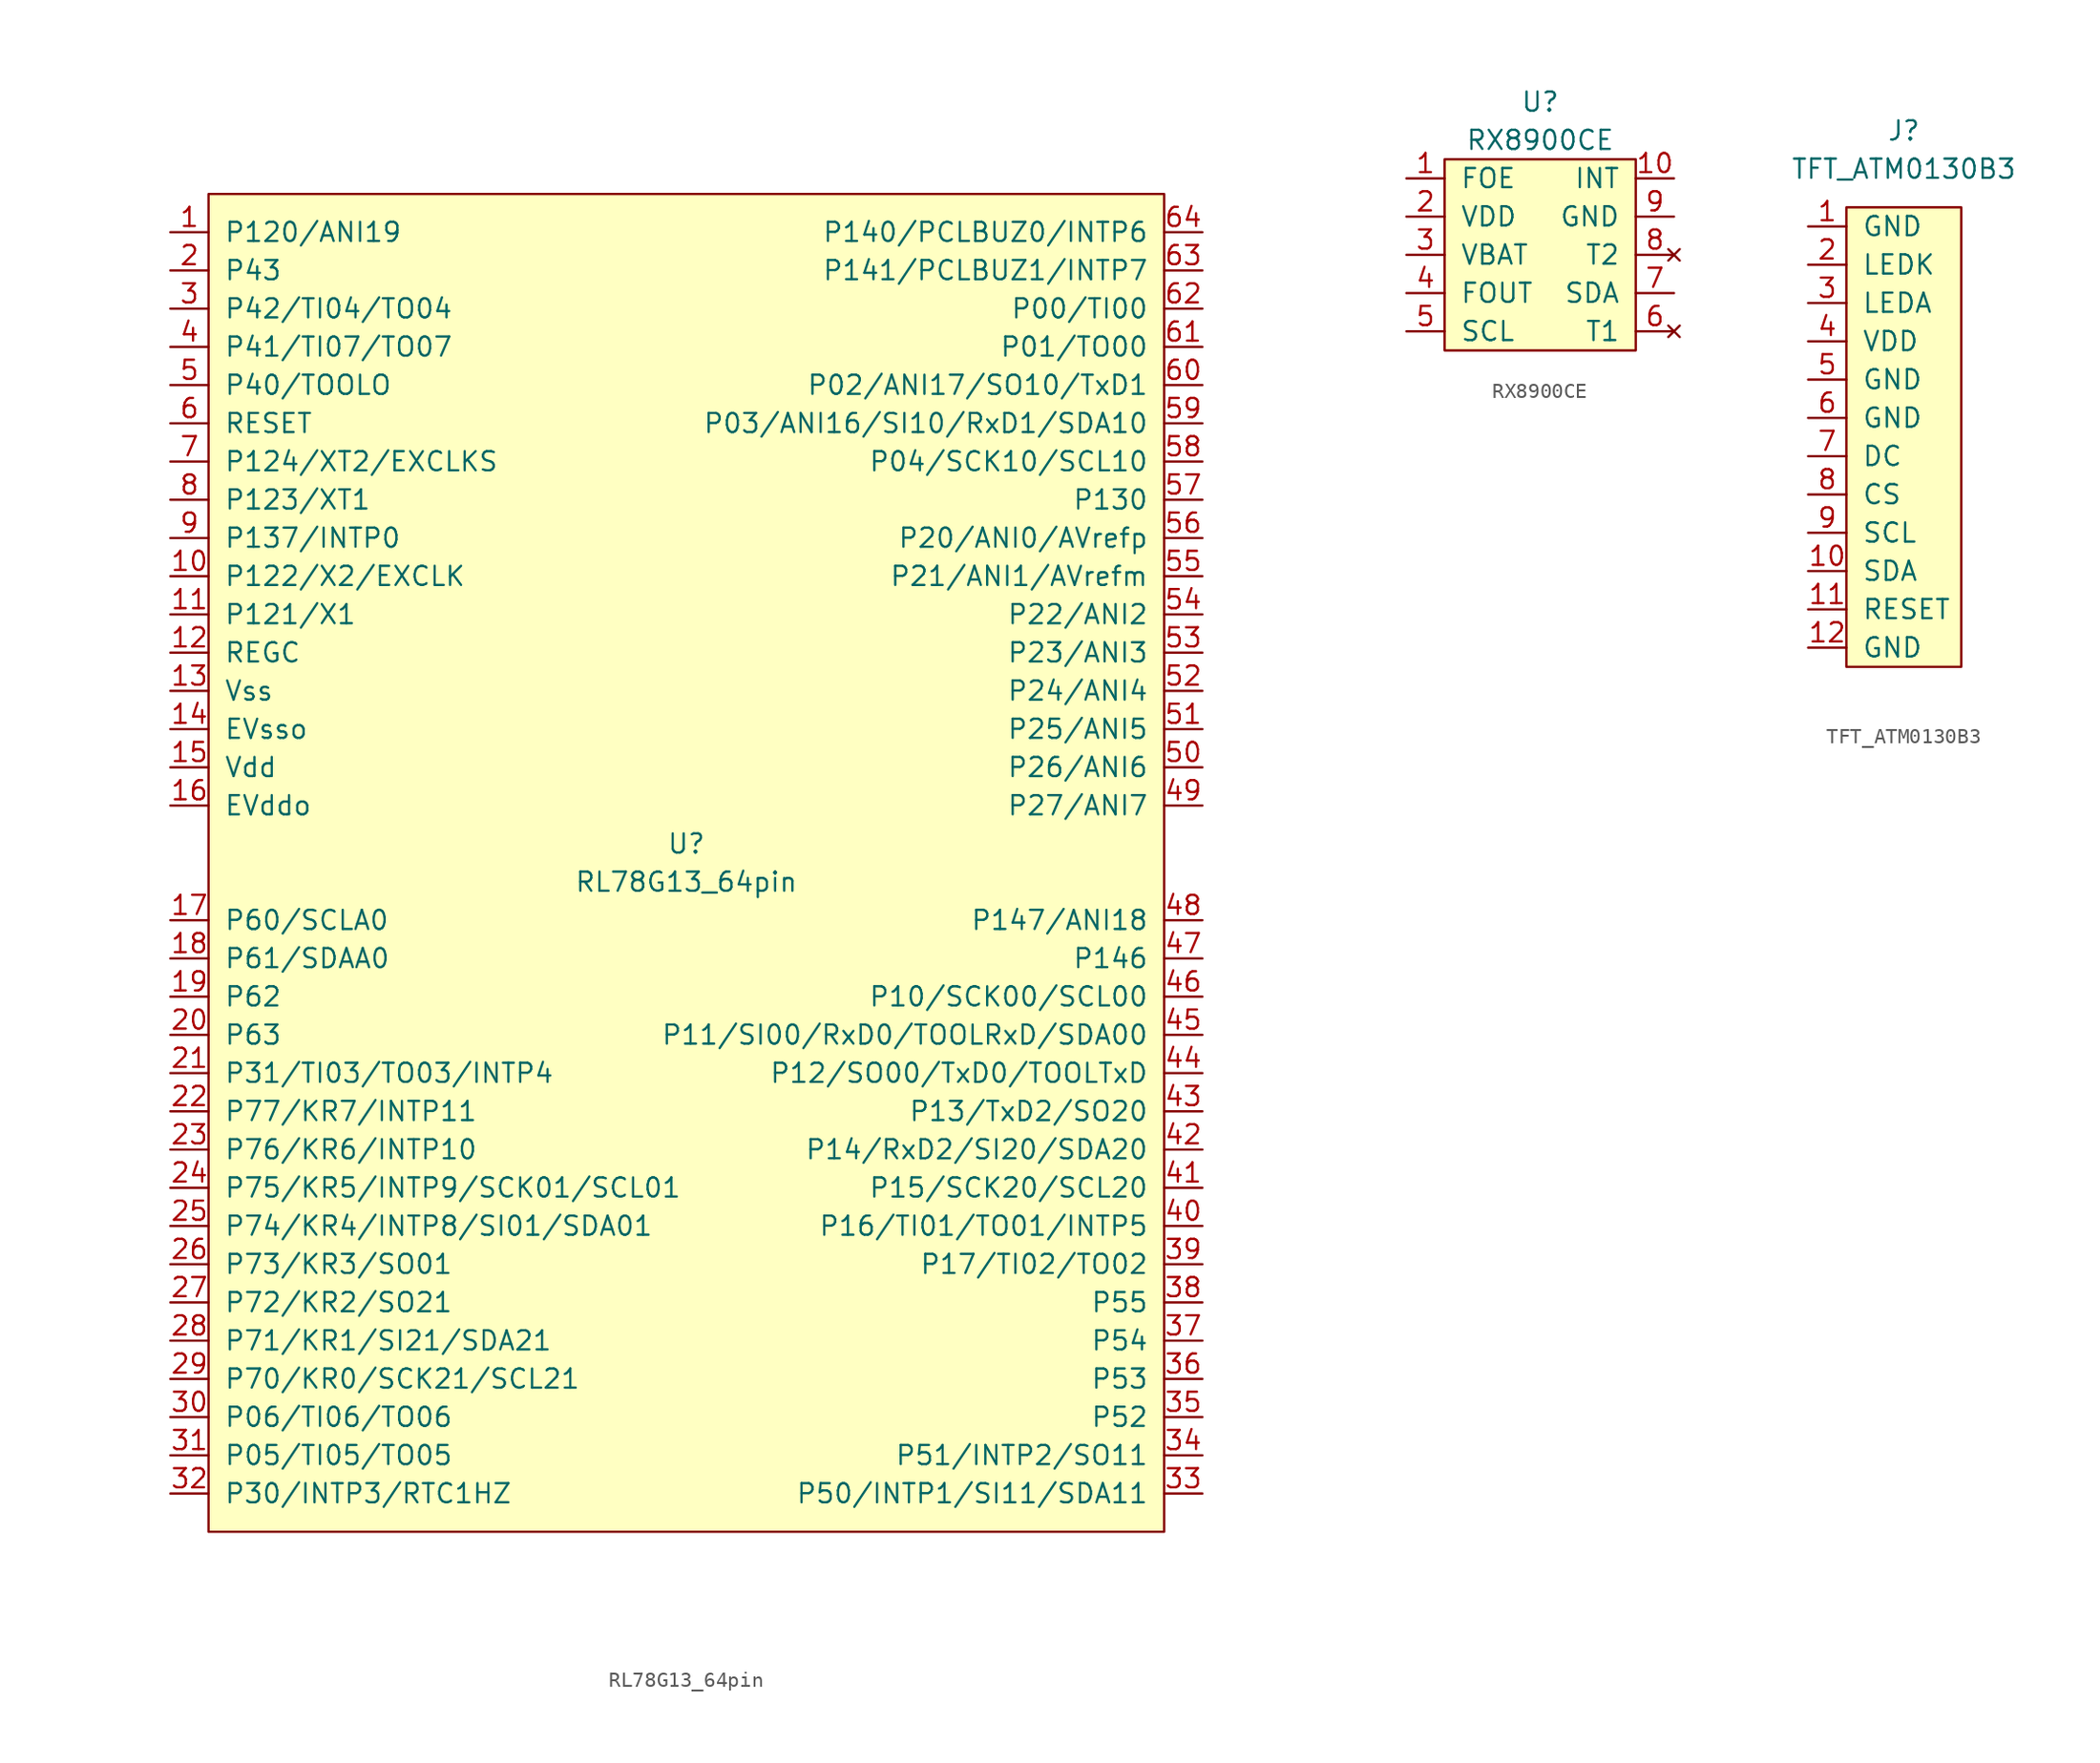
<source format=kicad_sym>
(kicad_symbol_lib
  (version 20211014)
  (generator kicad_symbol_editor)
  (symbol "RL78G13_64pin"
    (pin_names
      (offset 1.016))
    (property "Reference" "U"
      (at 0 1.27 0)
      (effects (font (size 1.27 1.27))))
    (property "Value" "RL78G13_64pin"
      (at 0 -1.27 0)
      (effects (font (size 1.27 1.27))))
    (symbol "RL78G13_64pin_0_0"
      (pin passive line (at -34.29 41.91 0) (length 2.54) (name "P120/ANI19" (effects (font (size 1.27 1.27)))) (number "1" (effects (font (size 1.27 1.27)))))
      (pin passive line (at -34.29 19.05 0) (length 2.54) (name "P122/X2/EXCLK" (effects (font (size 1.27 1.27)))) (number "10" (effects (font (size 1.27 1.27)))))
      (pin passive line (at -34.29 16.51 0) (length 2.54) (name "P121/X1" (effects (font (size 1.27 1.27)))) (number "11" (effects (font (size 1.27 1.27)))))
      (pin passive line (at -34.29 13.97 0) (length 2.54) (name "REGC" (effects (font (size 1.27 1.27)))) (number "12" (effects (font (size 1.27 1.27)))))
      (pin power_in line (at -34.29 11.43 0) (length 2.54) (name "Vss" (effects (font (size 1.27 1.27)))) (number "13" (effects (font (size 1.27 1.27)))))
      (pin power_in line (at -34.29 8.89 0) (length 2.54) (name "EVsso" (effects (font (size 1.27 1.27)))) (number "14" (effects (font (size 1.27 1.27)))))
      (pin power_in line (at -34.29 6.35 0) (length 2.54) (name "Vdd" (effects (font (size 1.27 1.27)))) (number "15" (effects (font (size 1.27 1.27)))))
      (pin power_in line (at -34.29 3.81 0) (length 2.54) (name "EVddo" (effects (font (size 1.27 1.27)))) (number "16" (effects (font (size 1.27 1.27)))))
      (pin passive line (at -34.29 -3.81 0) (length 2.54) (name "P60/SCLA0" (effects (font (size 1.27 1.27)))) (number "17" (effects (font (size 1.27 1.27)))))
      (pin passive line (at -34.29 -6.35 0) (length 2.54) (name "P61/SDAA0" (effects (font (size 1.27 1.27)))) (number "18" (effects (font (size 1.27 1.27)))))
      (pin passive line (at -34.29 -8.89 0) (length 2.54) (name "P62" (effects (font (size 1.27 1.27)))) (number "19" (effects (font (size 1.27 1.27)))))
      (pin passive line (at -34.29 39.37 0) (length 2.54) (name "P43" (effects (font (size 1.27 1.27)))) (number "2" (effects (font (size 1.27 1.27)))))
      (pin passive line (at -34.29 -11.43 0) (length 2.54) (name "P63" (effects (font (size 1.27 1.27)))) (number "20" (effects (font (size 1.27 1.27)))))
      (pin passive line (at -34.29 -13.97 0) (length 2.54) (name "P31/TI03/TO03/INTP4" (effects (font (size 1.27 1.27)))) (number "21" (effects (font (size 1.27 1.27)))))
      (pin passive line (at -34.29 -16.51 0) (length 2.54) (name "P77/KR7/INTP11" (effects (font (size 1.27 1.27)))) (number "22" (effects (font (size 1.27 1.27)))))
      (pin passive line (at -34.29 -19.05 0) (length 2.54) (name "P76/KR6/INTP10" (effects (font (size 1.27 1.27)))) (number "23" (effects (font (size 1.27 1.27)))))
      (pin passive line (at -34.29 -21.59 0) (length 2.54) (name "P75/KR5/INTP9/SCK01/SCL01" (effects (font (size 1.27 1.27)))) (number "24" (effects (font (size 1.27 1.27)))))
      (pin passive line (at -34.29 -24.13 0) (length 2.54) (name "P74/KR4/INTP8/SI01/SDA01" (effects (font (size 1.27 1.27)))) (number "25" (effects (font (size 1.27 1.27)))))
      (pin passive line (at -34.29 -26.67 0) (length 2.54) (name "P73/KR3/SO01" (effects (font (size 1.27 1.27)))) (number "26" (effects (font (size 1.27 1.27)))))
      (pin passive line (at -34.29 -29.21 0) (length 2.54) (name "P72/KR2/SO21" (effects (font (size 1.27 1.27)))) (number "27" (effects (font (size 1.27 1.27)))))
      (pin passive line (at -34.29 -31.75 0) (length 2.54) (name "P71/KR1/SI21/SDA21" (effects (font (size 1.27 1.27)))) (number "28" (effects (font (size 1.27 1.27)))))
      (pin passive line (at -34.29 -34.29 0) (length 2.54) (name "P70/KR0/SCK21/SCL21" (effects (font (size 1.27 1.27)))) (number "29" (effects (font (size 1.27 1.27)))))
      (pin passive line (at -34.29 36.83 0) (length 2.54) (name "P42/TI04/TO04" (effects (font (size 1.27 1.27)))) (number "3" (effects (font (size 1.27 1.27)))))
      (pin passive line (at -34.29 -36.83 0) (length 2.54) (name "P06/TI06/TO06" (effects (font (size 1.27 1.27)))) (number "30" (effects (font (size 1.27 1.27)))))
      (pin passive line (at -34.29 -39.37 0) (length 2.54) (name "P05/TI05/TO05" (effects (font (size 1.27 1.27)))) (number "31" (effects (font (size 1.27 1.27)))))
      (pin passive line (at -34.29 -41.91 0) (length 2.54) (name "P30/INTP3/RTC1HZ" (effects (font (size 1.27 1.27)))) (number "32" (effects (font (size 1.27 1.27)))))
      (pin passive line (at 34.29 -41.91 180) (length 2.54) (name "P50/INTP1/SI11/SDA11" (effects (font (size 1.27 1.27)))) (number "33" (effects (font (size 1.27 1.27)))))
      (pin passive line (at 34.29 -39.37 180) (length 2.54) (name "P51/INTP2/SO11" (effects (font (size 1.27 1.27)))) (number "34" (effects (font (size 1.27 1.27)))))
      (pin passive line (at 34.29 -36.83 180) (length 2.54) (name "P52" (effects (font (size 1.27 1.27)))) (number "35" (effects (font (size 1.27 1.27)))))
      (pin passive line (at 34.29 -34.29 180) (length 2.54) (name "P53" (effects (font (size 1.27 1.27)))) (number "36" (effects (font (size 1.27 1.27)))))
      (pin passive line (at 34.29 -31.75 180) (length 2.54) (name "P54" (effects (font (size 1.27 1.27)))) (number "37" (effects (font (size 1.27 1.27)))))
      (pin passive line (at 34.29 -29.21 180) (length 2.54) (name "P55" (effects (font (size 1.27 1.27)))) (number "38" (effects (font (size 1.27 1.27)))))
      (pin passive line (at 34.29 -26.67 180) (length 2.54) (name "P17/TI02/TO02" (effects (font (size 1.27 1.27)))) (number "39" (effects (font (size 1.27 1.27)))))
      (pin passive line (at -34.29 34.29 0) (length 2.54) (name "P41/TI07/TO07" (effects (font (size 1.27 1.27)))) (number "4" (effects (font (size 1.27 1.27)))))
      (pin passive line (at 34.29 -24.13 180) (length 2.54) (name "P16/TI01/TO01/INTP5" (effects (font (size 1.27 1.27)))) (number "40" (effects (font (size 1.27 1.27)))))
      (pin passive line (at 34.29 -21.59 180) (length 2.54) (name "P15/SCK20/SCL20" (effects (font (size 1.27 1.27)))) (number "41" (effects (font (size 1.27 1.27)))))
      (pin passive line (at 34.29 -19.05 180) (length 2.54) (name "P14/RxD2/SI20/SDA20" (effects (font (size 1.27 1.27)))) (number "42" (effects (font (size 1.27 1.27)))))
      (pin passive line (at 34.29 -16.51 180) (length 2.54) (name "P13/TxD2/SO20" (effects (font (size 1.27 1.27)))) (number "43" (effects (font (size 1.27 1.27)))))
      (pin passive line (at 34.29 -13.97 180) (length 2.54) (name "P12/SO00/TxD0/TOOLTxD" (effects (font (size 1.27 1.27)))) (number "44" (effects (font (size 1.27 1.27)))))
      (pin passive line (at 34.29 -11.43 180) (length 2.54) (name "P11/SI00/RxD0/TOOLRxD/SDA00" (effects (font (size 1.27 1.27)))) (number "45" (effects (font (size 1.27 1.27)))))
      (pin passive line (at 34.29 -8.89 180) (length 2.54) (name "P10/SCK00/SCL00" (effects (font (size 1.27 1.27)))) (number "46" (effects (font (size 1.27 1.27)))))
      (pin passive line (at 34.29 -6.35 180) (length 2.54) (name "P146" (effects (font (size 1.27 1.27)))) (number "47" (effects (font (size 1.27 1.27)))))
      (pin passive line (at 34.29 -3.81 180) (length 2.54) (name "P147/ANI18" (effects (font (size 1.27 1.27)))) (number "48" (effects (font (size 1.27 1.27)))))
      (pin passive line (at 34.29 3.81 180) (length 2.54) (name "P27/ANI7" (effects (font (size 1.27 1.27)))) (number "49" (effects (font (size 1.27 1.27)))))
      (pin passive line (at -34.29 31.75 0) (length 2.54) (name "P40/TOOLO" (effects (font (size 1.27 1.27)))) (number "5" (effects (font (size 1.27 1.27)))))
      (pin passive line (at 34.29 6.35 180) (length 2.54) (name "P26/ANI6" (effects (font (size 1.27 1.27)))) (number "50" (effects (font (size 1.27 1.27)))))
      (pin passive line (at 34.29 8.89 180) (length 2.54) (name "P25/ANI5" (effects (font (size 1.27 1.27)))) (number "51" (effects (font (size 1.27 1.27)))))
      (pin passive line (at 34.29 11.43 180) (length 2.54) (name "P24/ANI4" (effects (font (size 1.27 1.27)))) (number "52" (effects (font (size 1.27 1.27)))))
      (pin passive line (at 34.29 13.97 180) (length 2.54) (name "P23/ANI3" (effects (font (size 1.27 1.27)))) (number "53" (effects (font (size 1.27 1.27)))))
      (pin passive line (at 34.29 16.51 180) (length 2.54) (name "P22/ANI2" (effects (font (size 1.27 1.27)))) (number "54" (effects (font (size 1.27 1.27)))))
      (pin passive line (at 34.29 19.05 180) (length 2.54) (name "P21/ANI1/AVrefm" (effects (font (size 1.27 1.27)))) (number "55" (effects (font (size 1.27 1.27)))))
      (pin passive line (at 34.29 21.59 180) (length 2.54) (name "P20/ANI0/AVrefp" (effects (font (size 1.27 1.27)))) (number "56" (effects (font (size 1.27 1.27)))))
      (pin passive line (at 34.29 24.13 180) (length 2.54) (name "P130" (effects (font (size 1.27 1.27)))) (number "57" (effects (font (size 1.27 1.27)))))
      (pin passive line (at 34.29 26.67 180) (length 2.54) (name "P04/SCK10/SCL10" (effects (font (size 1.27 1.27)))) (number "58" (effects (font (size 1.27 1.27)))))
      (pin passive line (at 34.29 29.21 180) (length 2.54) (name "P03/ANI16/SI10/RxD1/SDA10" (effects (font (size 1.27 1.27)))) (number "59" (effects (font (size 1.27 1.27)))))
      (pin passive line (at -34.29 29.21 0) (length 2.54) (name "RESET" (effects (font (size 1.27 1.27)))) (number "6" (effects (font (size 1.27 1.27)))))
      (pin passive line (at 34.29 31.75 180) (length 2.54) (name "P02/ANI17/SO10/TxD1" (effects (font (size 1.27 1.27)))) (number "60" (effects (font (size 1.27 1.27)))))
      (pin passive line (at 34.29 34.29 180) (length 2.54) (name "P01/TO00" (effects (font (size 1.27 1.27)))) (number "61" (effects (font (size 1.27 1.27)))))
      (pin passive line (at 34.29 36.83 180) (length 2.54) (name "P00/TI00" (effects (font (size 1.27 1.27)))) (number "62" (effects (font (size 1.27 1.27)))))
      (pin passive line (at 34.29 39.37 180) (length 2.54) (name "P141/PCLBUZ1/INTP7" (effects (font (size 1.27 1.27)))) (number "63" (effects (font (size 1.27 1.27)))))
      (pin passive line (at 34.29 41.91 180) (length 2.54) (name "P140/PCLBUZ0/INTP6" (effects (font (size 1.27 1.27)))) (number "64" (effects (font (size 1.27 1.27)))))
      (pin passive line (at -34.29 26.67 0) (length 2.54) (name "P124/XT2/EXCLKS" (effects (font (size 1.27 1.27)))) (number "7" (effects (font (size 1.27 1.27)))))
      (pin passive line (at -34.29 24.13 0) (length 2.54) (name "P123/XT1" (effects (font (size 1.27 1.27)))) (number "8" (effects (font (size 1.27 1.27)))))
      (pin passive line (at -34.29 21.59 0) (length 2.54) (name "P137/INTP0" (effects (font (size 1.27 1.27)))) (number "9" (effects (font (size 1.27 1.27))))))
    (symbol "RL78G13_64pin_0_1"
      (rectangle (start -31.75 44.45) (end 31.75 -44.45) (stroke (width 0) (type default) (color 0 0 0 0)) (fill (type background)))))
  (symbol "RX8900CE"
    (pin_names
      (offset 1.016))
    (property "Reference" "U"
      (at 0 10.16 0)
      (effects (font (size 1.27 1.27))))
    (property "Value" "RX8900CE"
      (at 0 7.62 0)
      (effects (font (size 1.27 1.27))))
    (symbol "RX8900CE_0_0"
      (pin passive line (at -8.89 5.08 0) (length 2.54) (name "FOE" (effects (font (size 1.27 1.27)))) (number "1" (effects (font (size 1.27 1.27)))))
      (pin passive line (at 8.89 5.08 180) (length 2.54) (name "INT" (effects (font (size 1.27 1.27)))) (number "10" (effects (font (size 1.27 1.27)))))
      (pin power_in line (at -8.89 2.54 0) (length 2.54) (name "VDD" (effects (font (size 1.27 1.27)))) (number "2" (effects (font (size 1.27 1.27)))))
      (pin power_in line (at -8.89 0 0) (length 2.54) (name "VBAT" (effects (font (size 1.27 1.27)))) (number "3" (effects (font (size 1.27 1.27)))))
      (pin passive line (at -8.89 -2.54 0) (length 2.54) (name "FOUT" (effects (font (size 1.27 1.27)))) (number "4" (effects (font (size 1.27 1.27)))))
      (pin passive line (at -8.89 -5.08 0) (length 2.54) (name "SCL" (effects (font (size 1.27 1.27)))) (number "5" (effects (font (size 1.27 1.27)))))
      (pin no_connect line (at 8.89 -5.08 180) (length 2.54) (name "T1" (effects (font (size 1.27 1.27)))) (number "6" (effects (font (size 1.27 1.27)))))
      (pin passive line (at 8.89 -2.54 180) (length 2.54) (name "SDA" (effects (font (size 1.27 1.27)))) (number "7" (effects (font (size 1.27 1.27)))))
      (pin no_connect line (at 8.89 0 180) (length 2.54) (name "T2" (effects (font (size 1.27 1.27)))) (number "8" (effects (font (size 1.27 1.27)))))
      (pin power_in line (at 8.89 2.54 180) (length 2.54) (name "GND" (effects (font (size 1.27 1.27)))) (number "9" (effects (font (size 1.27 1.27))))))
    (symbol "RX8900CE_0_1"
      (rectangle (start -6.35 6.35) (end 6.35 -6.35) (stroke (width 0) (type default) (color 0 0 0 0)) (fill (type background)))))
  (symbol "TFT_ATM0130B3"
    (pin_names
      (offset 1.016))
    (property "Reference" "J"
      (at 0 20.32 0)
      (effects (font (size 1.27 1.27))))
    (property "Value" "TFT_ATM0130B3"
      (at 0 17.78 0)
      (effects (font (size 1.27 1.27))))
    (symbol "TFT_ATM0130B3_0_0"
      (pin power_in line (at -6.35 13.97 0) (length 2.54) (name "GND" (effects (font (size 1.27 1.27)))) (number "1" (effects (font (size 1.27 1.27)))))
      (pin passive line (at -6.35 -8.89 0) (length 2.54) (name "SDA" (effects (font (size 1.27 1.27)))) (number "10" (effects (font (size 1.27 1.27)))))
      (pin passive line (at -6.35 -11.43 0) (length 2.54) (name "RESET" (effects (font (size 1.27 1.27)))) (number "11" (effects (font (size 1.27 1.27)))))
      (pin power_in line (at -6.35 -13.97 0) (length 2.54) (name "GND" (effects (font (size 1.27 1.27)))) (number "12" (effects (font (size 1.27 1.27)))))
      (pin passive line (at -6.35 11.43 0) (length 2.54) (name "LEDK" (effects (font (size 1.27 1.27)))) (number "2" (effects (font (size 1.27 1.27)))))
      (pin passive line (at -6.35 8.89 0) (length 2.54) (name "LEDA" (effects (font (size 1.27 1.27)))) (number "3" (effects (font (size 1.27 1.27)))))
      (pin power_in line (at -6.35 6.35 0) (length 2.54) (name "VDD" (effects (font (size 1.27 1.27)))) (number "4" (effects (font (size 1.27 1.27)))))
      (pin power_in line (at -6.35 3.81 0) (length 2.54) (name "GND" (effects (font (size 1.27 1.27)))) (number "5" (effects (font (size 1.27 1.27)))))
      (pin power_in line (at -6.35 1.27 0) (length 2.54) (name "GND" (effects (font (size 1.27 1.27)))) (number "6" (effects (font (size 1.27 1.27)))))
      (pin passive line (at -6.35 -1.27 0) (length 2.54) (name "DC" (effects (font (size 1.27 1.27)))) (number "7" (effects (font (size 1.27 1.27)))))
      (pin passive line (at -6.35 -3.81 0) (length 2.54) (name "CS" (effects (font (size 1.27 1.27)))) (number "8" (effects (font (size 1.27 1.27)))))
      (pin passive line (at -6.35 -6.35 0) (length 2.54) (name "SCL" (effects (font (size 1.27 1.27)))) (number "9" (effects (font (size 1.27 1.27))))))
    (symbol "TFT_ATM0130B3_0_1"
      (rectangle (start -3.81 15.24) (end 3.81 -15.24) (stroke (width 0) (type default) (color 0 0 0 0)) (fill (type background))))))
</source>
